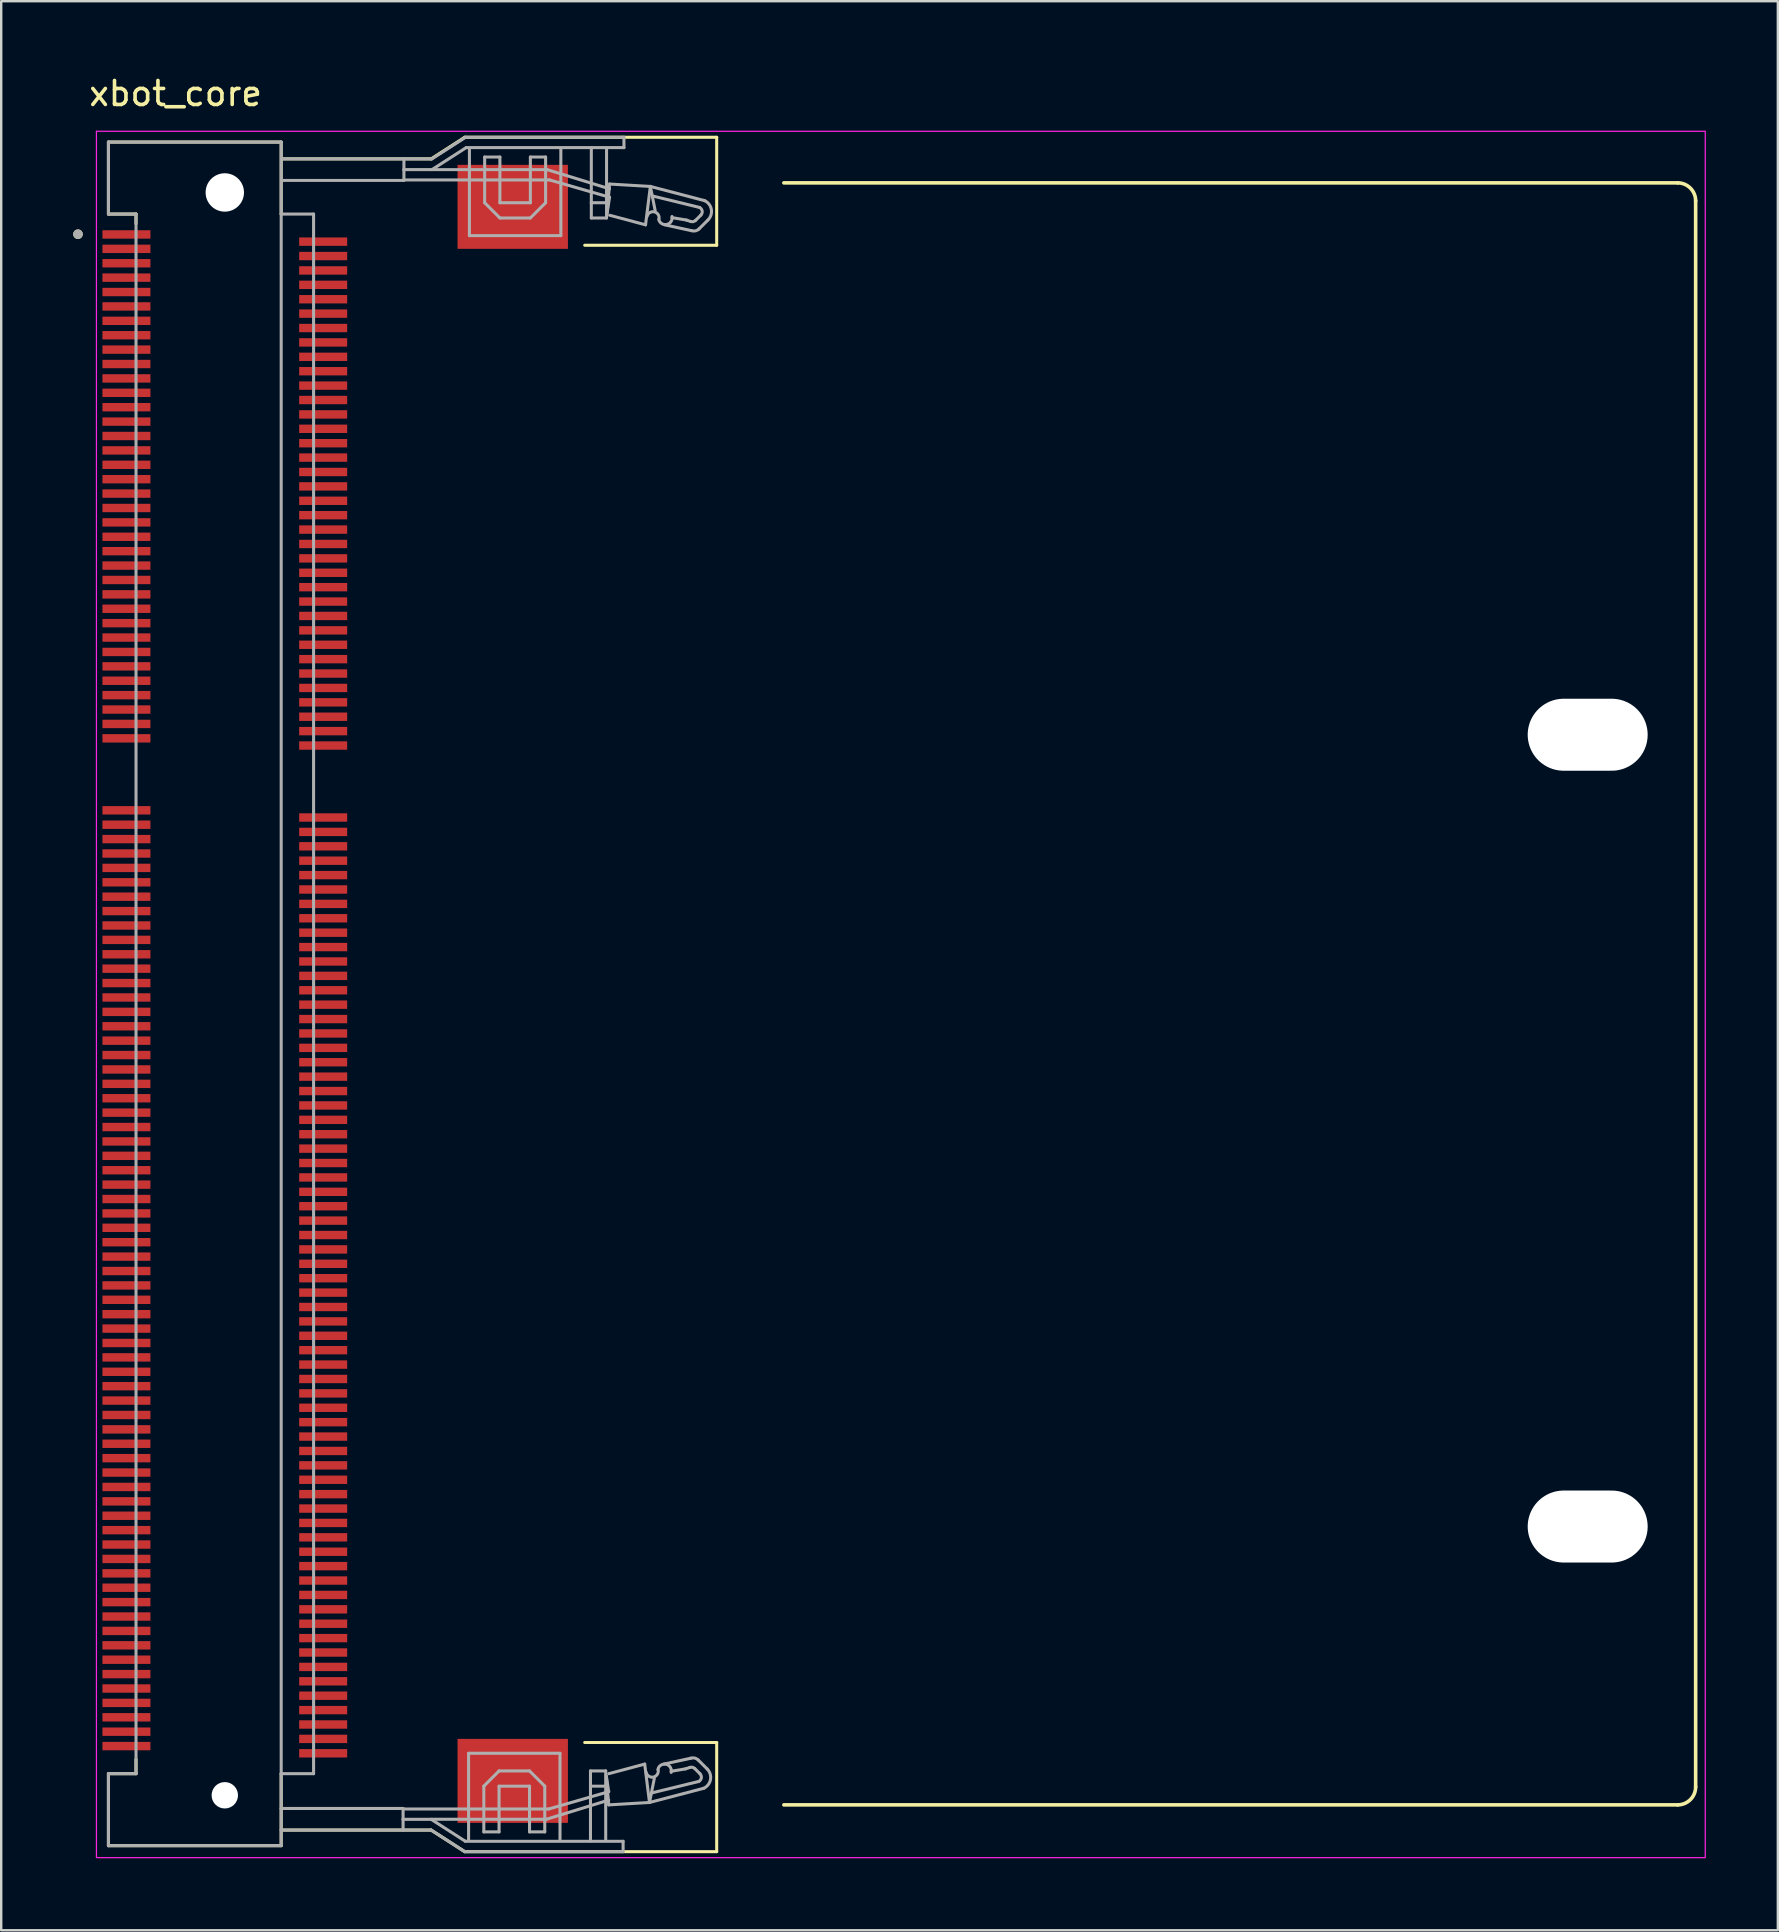
<source format=kicad_pcb>
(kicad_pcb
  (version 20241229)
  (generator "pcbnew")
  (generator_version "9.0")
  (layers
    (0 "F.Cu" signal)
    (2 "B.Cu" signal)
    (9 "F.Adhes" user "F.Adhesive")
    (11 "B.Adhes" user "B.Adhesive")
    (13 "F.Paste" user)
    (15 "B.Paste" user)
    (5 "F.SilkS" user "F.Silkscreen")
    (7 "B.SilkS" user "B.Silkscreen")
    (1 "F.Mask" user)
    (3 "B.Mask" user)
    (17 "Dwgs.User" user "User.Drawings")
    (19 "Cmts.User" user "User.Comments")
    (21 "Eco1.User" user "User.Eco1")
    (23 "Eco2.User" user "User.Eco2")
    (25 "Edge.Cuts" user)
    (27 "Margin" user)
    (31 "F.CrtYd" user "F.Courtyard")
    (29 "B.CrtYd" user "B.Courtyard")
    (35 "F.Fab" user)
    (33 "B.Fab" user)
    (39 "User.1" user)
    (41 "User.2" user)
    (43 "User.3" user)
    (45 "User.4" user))
  (footprint "xbot_core"
    (layer "F.Cu")
    (at 6.319 38.371)
    (property "Reference" "xbot_core" (at -2.049 -37.523 0) (layer "F.SilkS") (effects (font (size 1 1) (thickness 0.15))))
    (attr smd)
    (fp_line (start -4.85 -35.5) (end -4.85 -32.5) (stroke (width 0.127) (type solid)) (layer "F.SilkS"))
    (fp_line (start -4.85 -32.5) (end -3.7 -32.5) (stroke (width 0.127) (type solid)) (layer "F.SilkS"))
    (fp_line (start -4.85 32.5) (end -4.85 35.5) (stroke (width 0.127) (type solid)) (layer "F.SilkS"))
    (fp_line (start -4.85 35.5) (end 2.35 35.5) (stroke (width 0.127) (type solid)) (layer "F.SilkS"))
    (fp_line (start -3.7 -32.5) (end -3.7 -32.1) (stroke (width 0.127) (type solid)) (layer "F.SilkS"))
    (fp_line (start -3.7 31.9) (end -3.7 32.5) (stroke (width 0.127) (type solid)) (layer "F.SilkS"))
    (fp_line (start -3.7 32.5) (end -4.85 32.5) (stroke (width 0.127) (type solid)) (layer "F.SilkS"))
    (fp_line (start 2.35 -35.5) (end -4.85 -35.5) (stroke (width 0.127) (type solid)) (layer "F.SilkS"))
    (fp_line (start 2.35 -32.5) (end 2.35 -35.5) (stroke (width 0.127) (type solid)) (layer "F.SilkS"))
    (fp_line (start 2.35 35.5) (end 2.35 32.5) (stroke (width 0.127) (type solid)) (layer "F.SilkS"))
    (fp_line (start 2.4 -34.8) (end 8.6 -34.8) (stroke (width 0.127) (type solid)) (layer "F.SilkS"))
    (fp_line (start 2.4 34.85) (end 8.6 34.85) (stroke (width 0.127) (type solid)) (layer "F.SilkS"))
    (fp_line (start 8.6 -34.8) (end 10 -35.7) (stroke (width 0.127) (type solid)) (layer "F.SilkS"))
    (fp_line (start 8.6 34.85) (end 10 35.75) (stroke (width 0.127) (type solid)) (layer "F.SilkS"))
    (fp_line (start 10 -35.7) (end 20.5 -35.7) (stroke (width 0.127) (type solid)) (layer "F.SilkS"))
    (fp_line (start 10 35.75) (end 20.5 35.75) (stroke (width 0.127) (type solid)) (layer "F.SilkS"))
    (fp_line (start 20.5 -35.7) (end 20.5 -31.2) (stroke (width 0.127) (type solid)) (layer "F.SilkS"))
    (fp_line (start 20.5 -31.2) (end 15 -31.2) (stroke (width 0.127) (type solid)) (layer "F.SilkS"))
    (fp_line (start 20.5 31.2) (end 15 31.2) (stroke (width 0.127) (type solid)) (layer "F.SilkS"))
    (fp_line (start 20.5 35.75) (end 20.5 31.2) (stroke (width 0.127) (type solid)) (layer "F.SilkS"))
    (fp_line (start 23.3 33.8) (end 60.55 33.8) (stroke (width 0.15) (type solid)) (layer "F.SilkS"))
    (fp_line (start 60.55 -33.8) (end 23.3 -33.8) (stroke (width 0.15) (type solid)) (layer "F.SilkS"))
    (fp_line (start 61.3 33.05) (end 61.3 -33.05) (stroke (width 0.15) (type solid)) (layer "F.SilkS"))
    (fp_arc (start 60.55 -33.8) (mid 61.079867 -33.580793) (end 61.299999 -33.051309) (stroke (width 0.15) (type solid)) (layer "F.SilkS"))
    (fp_arc (start 61.3 33.05) (mid 61.08033 33.58033) (end 60.55 33.8) (stroke (width 0.15) (type solid)) (layer "F.SilkS"))
    (fp_circle (center -6.119 -31.66) (end -6.019 -31.66) (stroke (width 0.2) (type solid)) (fill no) (layer "F.SilkS"))
    (fp_line (start -5.35 -35.95) (end -5.35 -35.951) (stroke (width 0.05) (type solid)) (layer "F.CrtYd"))
    (fp_rect (start -5.35 -35.951) (end 61.7 36) (stroke (width 0.05) (type default)) (fill no) (layer "F.CrtYd"))
    (fp_line (start -4.85 -35.5) (end -4.85 -32.5) (stroke (width 0.127) (type solid)) (layer "F.Fab"))
    (fp_line (start -4.85 -32.5) (end -3.7 -32.5) (stroke (width 0.127) (type solid)) (layer "F.Fab"))
    (fp_line (start -4.85 32.5) (end -4.85 35.5) (stroke (width 0.127) (type solid)) (layer "F.Fab"))
    (fp_line (start -4.85 35.5) (end 2.35 35.5) (stroke (width 0.127) (type solid)) (layer "F.Fab"))
    (fp_line (start -3.7 -32.5) (end -3.7 32.5) (stroke (width 0.127) (type solid)) (layer "F.Fab"))
    (fp_line (start -3.7 32.5) (end -4.85 32.5) (stroke (width 0.127) (type solid)) (layer "F.Fab"))
    (fp_line (start 2.35 -35.5) (end -4.85 -35.5) (stroke (width 0.127) (type solid)) (layer "F.Fab"))
    (fp_line (start 2.35 -32.5) (end 2.35 -35.5) (stroke (width 0.127) (type solid)) (layer "F.Fab"))
    (fp_line (start 2.35 -32.5) (end 3.7 -32.5) (stroke (width 0.127) (type solid)) (layer "F.Fab"))
    (fp_line (start 2.35 32.5) (end 2.35 -32.5) (stroke (width 0.127) (type solid)) (layer "F.Fab"))
    (fp_line (start 2.35 33.95) (end 2.35 32.5) (stroke (width 0.127) (type solid)) (layer "F.Fab"))
    (fp_line (start 2.35 33.95) (end 7.43 33.95) (stroke (width 0.127) (type solid)) (layer "F.Fab"))
    (fp_line (start 2.35 34.85) (end 2.35 33.95) (stroke (width 0.127) (type solid)) (layer "F.Fab"))
    (fp_line (start 2.35 34.85) (end 7.43 34.85) (stroke (width 0.127) (type solid)) (layer "F.Fab"))
    (fp_line (start 2.35 35.5) (end 2.35 34.85) (stroke (width 0.127) (type solid)) (layer "F.Fab"))
    (fp_line (start 2.385 -34.801) (end 7.465 -34.801) (stroke (width 0.127) (type solid)) (layer "F.Fab"))
    (fp_line (start 2.385 -33.901) (end 7.465 -33.901) (stroke (width 0.127) (type solid)) (layer "F.Fab"))
    (fp_line (start 3.7 -32.5) (end 3.7 32.5) (stroke (width 0.127) (type solid)) (layer "F.Fab"))
    (fp_line (start 3.7 32.5) (end 2.35 32.5) (stroke (width 0.127) (type solid)) (layer "F.Fab"))
    (fp_line (start 7.42 33.971) (end 13.5 33.971) (stroke (width 0.127) (type solid)) (layer "F.Fab"))
    (fp_line (start 7.43 34.402) (end 7.43 33.95) (stroke (width 0.127) (type solid)) (layer "F.Fab"))
    (fp_line (start 7.43 34.402) (end 8.6 34.402) (stroke (width 0.127) (type solid)) (layer "F.Fab"))
    (fp_line (start 7.43 34.85) (end 7.43 34.402) (stroke (width 0.127) (type solid)) (layer "F.Fab"))
    (fp_line (start 7.43 34.85) (end 8.6 34.85) (stroke (width 0.127) (type solid)) (layer "F.Fab"))
    (fp_line (start 7.455 -33.922) (end 13.535 -33.922) (stroke (width 0.127) (type solid)) (layer "F.Fab"))
    (fp_line (start 7.465 -34.801) (end 7.465 -34.353) (stroke (width 0.127) (type solid)) (layer "F.Fab"))
    (fp_line (start 7.465 -34.801) (end 8.635 -34.801) (stroke (width 0.127) (type solid)) (layer "F.Fab"))
    (fp_line (start 7.465 -34.353) (end 7.465 -33.901) (stroke (width 0.127) (type solid)) (layer "F.Fab"))
    (fp_line (start 7.465 -34.353) (end 8.635 -34.353) (stroke (width 0.127) (type solid)) (layer "F.Fab"))
    (fp_line (start 8.6 34.4) (end 13.4 34.4) (stroke (width 0.127) (type solid)) (layer "F.Fab"))
    (fp_line (start 8.6 34.85) (end 10 35.75) (stroke (width 0.127) (type solid)) (layer "F.Fab"))
    (fp_line (start 8.625 34.418) (end 10.025 35.318) (stroke (width 0.127) (type solid)) (layer "F.Fab"))
    (fp_line (start 8.635 -34.801) (end 10.035 -35.701) (stroke (width 0.127) (type solid)) (layer "F.Fab"))
    (fp_line (start 8.635 -34.351) (end 13.435 -34.351) (stroke (width 0.127) (type solid)) (layer "F.Fab"))
    (fp_line (start 8.66 -34.369) (end 10.06 -35.269) (stroke (width 0.127) (type solid)) (layer "F.Fab"))
    (fp_line (start 10 35.75) (end 16.6 35.75) (stroke (width 0.127) (type solid)) (layer "F.Fab"))
    (fp_line (start 10.025 35.318) (end 16.6 35.318) (stroke (width 0.127) (type solid)) (layer "F.Fab"))
    (fp_line (start 10.035 -35.701) (end 16.635 -35.701) (stroke (width 0.127) (type solid)) (layer "F.Fab"))
    (fp_line (start 10.06 -35.269) (end 16.635 -35.269) (stroke (width 0.127) (type solid)) (layer "F.Fab"))
    (fp_line (start 10.16 31.65) (end 13.97 31.65) (stroke (width 0.127) (type solid)) (layer "F.Fab"))
    (fp_line (start 10.16 35.267) (end 10.16 31.65) (stroke (width 0.127) (type solid)) (layer "F.Fab"))
    (fp_line (start 10.195 -35.218) (end 10.195 -31.601) (stroke (width 0.127) (type solid)) (layer "F.Fab"))
    (fp_line (start 10.195 -31.601) (end 14.005 -31.601) (stroke (width 0.127) (type solid)) (layer "F.Fab"))
    (fp_line (start 10.795 33.02) (end 11.43 32.385) (stroke (width 0.127) (type solid)) (layer "F.Fab"))
    (fp_line (start 10.795 34.925) (end 10.795 33.02) (stroke (width 0.127) (type solid)) (layer "F.Fab"))
    (fp_line (start 10.83 -34.876) (end 10.83 -32.971) (stroke (width 0.127) (type solid)) (layer "F.Fab"))
    (fp_line (start 10.83 -32.971) (end 11.465 -32.336) (stroke (width 0.127) (type solid)) (layer "F.Fab"))
    (fp_line (start 11.43 32.385) (end 12.7 32.385) (stroke (width 0.127) (type solid)) (layer "F.Fab"))
    (fp_line (start 11.43 33.02) (end 11.43 34.925) (stroke (width 0.127) (type solid)) (layer "F.Fab"))
    (fp_line (start 11.43 34.925) (end 10.795 34.925) (stroke (width 0.127) (type solid)) (layer "F.Fab"))
    (fp_line (start 11.465 -34.876) (end 10.83 -34.876) (stroke (width 0.127) (type solid)) (layer "F.Fab"))
    (fp_line (start 11.465 -32.971) (end 11.465 -34.876) (stroke (width 0.127) (type solid)) (layer "F.Fab"))
    (fp_line (start 11.465 -32.336) (end 12.735 -32.336) (stroke (width 0.127) (type solid)) (layer "F.Fab"))
    (fp_line (start 12.7 32.385) (end 13.335 33.02) (stroke (width 0.127) (type solid)) (layer "F.Fab"))
    (fp_line (start 12.7 33.02) (end 11.43 33.02) (stroke (width 0.127) (type solid)) (layer "F.Fab"))
    (fp_line (start 12.7 34.925) (end 12.7 33.02) (stroke (width 0.127) (type solid)) (layer "F.Fab"))
    (fp_line (start 12.735 -34.876) (end 12.735 -32.971) (stroke (width 0.127) (type solid)) (layer "F.Fab"))
    (fp_line (start 12.735 -32.971) (end 11.465 -32.971) (stroke (width 0.127) (type solid)) (layer "F.Fab"))
    (fp_line (start 12.735 -32.336) (end 13.37 -32.971) (stroke (width 0.127) (type solid)) (layer "F.Fab"))
    (fp_line (start 13.335 33.02) (end 13.335 34.925) (stroke (width 0.127) (type solid)) (layer "F.Fab"))
    (fp_line (start 13.335 34.925) (end 12.7 34.925) (stroke (width 0.127) (type solid)) (layer "F.Fab"))
    (fp_line (start 13.37 -34.876) (end 12.735 -34.876) (stroke (width 0.127) (type solid)) (layer "F.Fab"))
    (fp_line (start 13.37 -32.971) (end 13.37 -34.876) (stroke (width 0.127) (type solid)) (layer "F.Fab"))
    (fp_line (start 13.4 34.4) (end 16 33.6) (stroke (width 0.127) (type solid)) (layer "F.Fab"))
    (fp_line (start 13.435 -34.351) (end 16.035 -33.551) (stroke (width 0.127) (type solid)) (layer "F.Fab"))
    (fp_line (start 13.5 33.971) (end 16 33.25) (stroke (width 0.127) (type solid)) (layer "F.Fab"))
    (fp_line (start 13.535 -33.922) (end 16.035 -33.201) (stroke (width 0.127) (type solid)) (layer "F.Fab"))
    (fp_line (start 13.97 31.65) (end 13.97 35.255) (stroke (width 0.127) (type solid)) (layer "F.Fab"))
    (fp_line (start 14.005 -31.601) (end 14.005 -35.206) (stroke (width 0.127) (type solid)) (layer "F.Fab"))
    (fp_line (start 15.24 32.385) (end 15.875 32.385) (stroke (width 0.127) (type solid)) (layer "F.Fab"))
    (fp_line (start 15.24 33.02) (end 15.24 32.385) (stroke (width 0.127) (type solid)) (layer "F.Fab"))
    (fp_line (start 15.24 33.02) (end 15.875 33.02) (stroke (width 0.127) (type solid)) (layer "F.Fab"))
    (fp_line (start 15.24 35.306) (end 15.24 33.02) (stroke (width 0.127) (type solid)) (layer "F.Fab"))
    (fp_line (start 15.275 -35.257) (end 15.275 -32.971) (stroke (width 0.127) (type solid)) (layer "F.Fab"))
    (fp_line (start 15.275 -32.971) (end 15.275 -32.336) (stroke (width 0.127) (type solid)) (layer "F.Fab"))
    (fp_line (start 15.275 -32.971) (end 15.91 -32.971) (stroke (width 0.127) (type solid)) (layer "F.Fab"))
    (fp_line (start 15.275 -32.336) (end 15.91 -32.336) (stroke (width 0.127) (type solid)) (layer "F.Fab"))
    (fp_line (start 15.875 32.385) (end 15.875 33.02) (stroke (width 0.127) (type solid)) (layer "F.Fab"))
    (fp_line (start 15.875 33.02) (end 15.875 35.293) (stroke (width 0.127) (type solid)) (layer "F.Fab"))
    (fp_line (start 15.9 32.6) (end 16 33.8) (stroke (width 0.127) (type solid)) (layer "F.Fab"))
    (fp_line (start 15.91 -32.971) (end 15.91 -35.244) (stroke (width 0.127) (type solid)) (layer "F.Fab"))
    (fp_line (start 15.91 -32.336) (end 15.91 -32.971) (stroke (width 0.127) (type solid)) (layer "F.Fab"))
    (fp_line (start 15.935 -32.551) (end 16.035 -33.751) (stroke (width 0.127) (type solid)) (layer "F.Fab"))
    (fp_line (start 16 33.25) (end 15.9 32.6) (stroke (width 0.127) (type solid)) (layer "F.Fab"))
    (fp_line (start 16 33.8) (end 17.7 33.7) (stroke (width 0.127) (type solid)) (layer "F.Fab"))
    (fp_line (start 16.035 -33.751) (end 17.735 -33.651) (stroke (width 0.127) (type solid)) (layer "F.Fab"))
    (fp_line (start 16.035 -33.201) (end 15.935 -32.551) (stroke (width 0.127) (type solid)) (layer "F.Fab"))
    (fp_line (start 16.6 35.318) (end 16.6 35.75) (stroke (width 0.127) (type solid)) (layer "F.Fab"))
    (fp_line (start 16.635 -35.269) (end 16.635 -35.701) (stroke (width 0.127) (type solid)) (layer "F.Fab"))
    (fp_line (start 17.5 32.1) (end 16 32.5) (stroke (width 0.127) (type solid)) (layer "F.Fab"))
    (fp_line (start 17.535 -32.051) (end 16.035 -32.451) (stroke (width 0.127) (type solid)) (layer "F.Fab"))
    (fp_line (start 17.7 33.7) (end 17.5 32.1) (stroke (width 0.127) (type solid)) (layer "F.Fab"))
    (fp_line (start 17.7 33.7) (end 17.9 32.7) (stroke (width 0.127) (type solid)) (layer "F.Fab"))
    (fp_line (start 17.7 33.7) (end 19.967 33.106) (stroke (width 0.127) (type solid)) (layer "F.Fab"))
    (fp_line (start 17.735 -33.651) (end 17.535 -32.051) (stroke (width 0.127) (type solid)) (layer "F.Fab"))
    (fp_line (start 17.735 -33.651) (end 17.935 -32.651) (stroke (width 0.127) (type solid)) (layer "F.Fab"))
    (fp_line (start 17.735 -33.651) (end 20.002 -33.057) (stroke (width 0.127) (type solid)) (layer "F.Fab"))
    (fp_line (start 17.8 33.3) (end 19.752 32.824) (stroke (width 0.127) (type solid)) (layer "F.Fab"))
    (fp_line (start 17.835 -33.251) (end 19.787 -32.775) (stroke (width 0.127) (type solid)) (layer "F.Fab"))
    (fp_line (start 18.6 32.4) (end 19.2 32.3) (stroke (width 0.127) (type solid)) (layer "F.Fab"))
    (fp_line (start 18.635 -32.351) (end 19.235 -32.251) (stroke (width 0.127) (type solid)) (layer "F.Fab"))
    (fp_line (start 19.383 32.239) (end 19.2 32.3) (stroke (width 0.127) (type solid)) (layer "F.Fab"))
    (fp_line (start 19.418 -32.19) (end 19.235 -32.251) (stroke (width 0.127) (type solid)) (layer "F.Fab"))
    (fp_line (start 19.427 31.854) (end 18.3 32.1) (stroke (width 0.127) (type solid)) (layer "F.Fab"))
    (fp_line (start 19.462 -31.805) (end 18.335 -32.051) (stroke (width 0.127) (type solid)) (layer "F.Fab"))
    (fp_line (start 19.804 32.504) (end 19.587 32.287) (stroke (width 0.127) (type solid)) (layer "F.Fab"))
    (fp_line (start 19.839 -32.455) (end 19.622 -32.238) (stroke (width 0.127) (type solid)) (layer "F.Fab"))
    (fp_line (start 20.103 32.303) (end 19.728 31.928) (stroke (width 0.127) (type solid)) (layer "F.Fab"))
    (fp_line (start 20.138 -32.254) (end 19.763 -31.879) (stroke (width 0.127) (type solid)) (layer "F.Fab"))
    (fp_arc (start 17.5966 -32.3972) (mid 17.8966 -32.5972) (end 18.0966 -32.2972) (stroke (width 0.127) (type solid)) (layer "F.Fab"))
    (fp_arc (start 18.0492 32.3254) (mid 18.3873 32.1095) (end 18.6032 32.4476) (stroke (width 0.127) (type solid)) (layer "F.Fab"))
    (fp_arc (start 18.0616 32.3462) (mid 17.8616 32.6462) (end 17.5616 32.4462) (stroke (width 0.127) (type solid)) (layer "F.Fab"))
    (fp_arc (start 18.6382 -32.3986) (mid 18.4223 -32.0605) (end 18.0842 -32.2764) (stroke (width 0.127) (type solid)) (layer "F.Fab"))
    (fp_arc (start 19.3827 32.2391) (mid 19.49191 32.234175) (end 19.5874 32.2874) (stroke (width 0.127) (type solid)) (layer "F.Fab"))
    (fp_arc (start 19.4267 31.8541) (mid 19.587915 31.849164) (end 19.7284 31.9284) (stroke (width 0.127) (type solid)) (layer "F.Fab"))
    (fp_arc (start 19.6224 -32.2384) (mid 19.52691 -32.185175) (end 19.4177 -32.1901) (stroke (width 0.127) (type solid)) (layer "F.Fab"))
    (fp_arc (start 19.7634 -31.8794) (mid 19.622914 -31.800164) (end 19.4617 -31.8051) (stroke (width 0.127) (type solid)) (layer "F.Fab"))
    (fp_arc (start 19.7868 -32.775099) (mid 19.894783 -32.628259) (end 19.8388 -32.4548) (stroke (width 0.127) (type solid)) (layer "F.Fab"))
    (fp_arc (start 19.8038 32.5038) (mid 19.859784 32.67726) (end 19.7518 32.824099) (stroke (width 0.127) (type solid)) (layer "F.Fab"))
    (fp_arc (start 20.0019 -33.057299) (mid 20.277137 -32.690537) (end 20.1377 -32.2537) (stroke (width 0.127) (type solid)) (layer "F.Fab"))
    (fp_arc (start 20.1027 32.3027) (mid 20.242138 32.739538) (end 19.9669 33.106299) (stroke (width 0.127) (type solid)) (layer "F.Fab"))
    (fp_circle (center -6.119 -31.66) (end -6.019 -31.66) (stroke (width 0.2) (type solid)) (fill no) (layer "F.Fab"))
    (pad "" np_thru_hole circle (at 0 -33.4) (size 1.6 1.6) (drill 1.6) (layers "*.Cu" "*.Mask"))
    (pad "" np_thru_hole circle (at 0 33.4) (size 1.1 1.1) (drill 1.1) (layers "*.Cu" "*.Mask"))
    (pad "" np_thru_hole oval (at 56.8 -10.8 270) (size 3 5) (drill oval 3 5) (layers "*.Cu" "*.Mask"))
    (pad "" np_thru_hole oval (at 56.8 22.2 270) (size 3 5) (drill oval 3 5) (layers "*.Cu" "*.Mask"))
    (pad "1" smd rect (at -4.1 -31.65) (size 2 0.35) (layers "F.Cu" "F.Mask" "F.Paste"))
    (pad "2" smd rect (at 4.1 -31.35) (size 2 0.35) (layers "F.Cu" "F.Mask" "F.Paste"))
    (pad "3" smd rect (at -4.1 -31.05) (size 2 0.35) (layers "F.Cu" "F.Mask" "F.Paste"))
    (pad "4" smd rect (at 4.1 -30.75) (size 2 0.35) (layers "F.Cu" "F.Mask" "F.Paste"))
    (pad "5" smd rect (at -4.1 -30.45) (size 2 0.35) (layers "F.Cu" "F.Mask" "F.Paste"))
    (pad "6" smd rect (at 4.1 -30.15) (size 2 0.35) (layers "F.Cu" "F.Mask" "F.Paste"))
    (pad "7" smd rect (at -4.1 -29.85) (size 2 0.35) (layers "F.Cu" "F.Mask" "F.Paste"))
    (pad "8" smd rect (at 4.1 -29.55) (size 2 0.35) (layers "F.Cu" "F.Mask" "F.Paste"))
    (pad "9" smd rect (at -4.1 -29.25) (size 2 0.35) (layers "F.Cu" "F.Mask" "F.Paste"))
    (pad "10" smd rect (at 4.1 -28.95) (size 2 0.35) (layers "F.Cu" "F.Mask" "F.Paste"))
    (pad "11" smd rect (at -4.1 -28.65) (size 2 0.35) (layers "F.Cu" "F.Mask" "F.Paste"))
    (pad "12" smd rect (at 4.1 -28.35) (size 2 0.35) (layers "F.Cu" "F.Mask" "F.Paste"))
    (pad "13" smd rect (at -4.1 -28.05) (size 2 0.35) (layers "F.Cu" "F.Mask" "F.Paste"))
    (pad "14" smd rect (at 4.1 -27.75) (size 2 0.35) (layers "F.Cu" "F.Mask" "F.Paste"))
    (pad "15" smd rect (at -4.1 -27.45) (size 2 0.35) (layers "F.Cu" "F.Mask" "F.Paste"))
    (pad "16" smd rect (at 4.1 -27.15) (size 2 0.35) (layers "F.Cu" "F.Mask" "F.Paste"))
    (pad "17" smd rect (at -4.1 -26.85) (size 2 0.35) (layers "F.Cu" "F.Mask" "F.Paste"))
    (pad "18" smd rect (at 4.1 -26.55) (size 2 0.35) (layers "F.Cu" "F.Mask" "F.Paste"))
    (pad "19" smd rect (at -4.1 -26.25) (size 2 0.35) (layers "F.Cu" "F.Mask" "F.Paste"))
    (pad "20" smd rect (at 4.1 -25.95) (size 2 0.35) (layers "F.Cu" "F.Mask" "F.Paste"))
    (pad "21" smd rect (at -4.1 -25.65) (size 2 0.35) (layers "F.Cu" "F.Mask" "F.Paste"))
    (pad "22" smd rect (at 4.1 -25.35) (size 2 0.35) (layers "F.Cu" "F.Mask" "F.Paste"))
    (pad "23" smd rect (at -4.1 -25.05) (size 2 0.35) (layers "F.Cu" "F.Mask" "F.Paste"))
    (pad "24" smd rect (at 4.1 -24.75) (size 2 0.35) (layers "F.Cu" "F.Mask" "F.Paste"))
    (pad "25" smd rect (at -4.1 -24.45) (size 2 0.35) (layers "F.Cu" "F.Mask" "F.Paste"))
    (pad "26" smd rect (at 4.1 -24.15) (size 2 0.35) (layers "F.Cu" "F.Mask" "F.Paste"))
    (pad "27" smd rect (at -4.1 -23.85) (size 2 0.35) (layers "F.Cu" "F.Mask" "F.Paste"))
    (pad "28" smd rect (at 4.1 -23.55) (size 2 0.35) (layers "F.Cu" "F.Mask" "F.Paste"))
    (pad "29" smd rect (at -4.1 -23.25) (size 2 0.35) (layers "F.Cu" "F.Mask" "F.Paste"))
    (pad "30" smd rect (at 4.1 -22.95) (size 2 0.35) (layers "F.Cu" "F.Mask" "F.Paste"))
    (pad "31" smd rect (at -4.1 -22.65) (size 2 0.35) (layers "F.Cu" "F.Mask" "F.Paste"))
    (pad "32" smd rect (at 4.1 -22.35) (size 2 0.35) (layers "F.Cu" "F.Mask" "F.Paste"))
    (pad "33" smd rect (at -4.1 -22.05) (size 2 0.35) (layers "F.Cu" "F.Mask" "F.Paste"))
    (pad "34" smd rect (at 4.1 -21.75) (size 2 0.35) (layers "F.Cu" "F.Mask" "F.Paste"))
    (pad "35" smd rect (at -4.1 -21.45) (size 2 0.35) (layers "F.Cu" "F.Mask" "F.Paste"))
    (pad "36" smd rect (at 4.1 -21.15) (size 2 0.35) (layers "F.Cu" "F.Mask" "F.Paste"))
    (pad "37" smd rect (at -4.1 -20.85) (size 2 0.35) (layers "F.Cu" "F.Mask" "F.Paste"))
    (pad "38" smd rect (at 4.1 -20.55) (size 2 0.35) (layers "F.Cu" "F.Mask" "F.Paste"))
    (pad "39" smd rect (at -4.1 -20.25) (size 2 0.35) (layers "F.Cu" "F.Mask" "F.Paste"))
    (pad "40" smd rect (at 4.1 -19.95) (size 2 0.35) (layers "F.Cu" "F.Mask" "F.Paste"))
    (pad "41" smd rect (at -4.1 -19.65) (size 2 0.35) (layers "F.Cu" "F.Mask" "F.Paste"))
    (pad "42" smd rect (at 4.1 -19.35) (size 2 0.35) (layers "F.Cu" "F.Mask" "F.Paste"))
    (pad "43" smd rect (at -4.1 -19.05) (size 2 0.35) (layers "F.Cu" "F.Mask" "F.Paste"))
    (pad "44" smd rect (at 4.1 -18.75) (size 2 0.35) (layers "F.Cu" "F.Mask" "F.Paste"))
    (pad "45" smd rect (at -4.1 -18.45) (size 2 0.35) (layers "F.Cu" "F.Mask" "F.Paste"))
    (pad "46" smd rect (at 4.1 -18.15) (size 2 0.35) (layers "F.Cu" "F.Mask" "F.Paste"))
    (pad "47" smd rect (at -4.1 -17.85) (size 2 0.35) (layers "F.Cu" "F.Mask" "F.Paste"))
    (pad "48" smd rect (at 4.1 -17.55) (size 2 0.35) (layers "F.Cu" "F.Mask" "F.Paste"))
    (pad "49" smd rect (at -4.1 -17.25) (size 2 0.35) (layers "F.Cu" "F.Mask" "F.Paste"))
    (pad "50" smd rect (at 4.1 -16.95) (size 2 0.35) (layers "F.Cu" "F.Mask" "F.Paste"))
    (pad "51" smd rect (at -4.1 -16.65) (size 2 0.35) (layers "F.Cu" "F.Mask" "F.Paste"))
    (pad "52" smd rect (at 4.1 -16.35) (size 2 0.35) (layers "F.Cu" "F.Mask" "F.Paste"))
    (pad "53" smd rect (at -4.1 -16.05) (size 2 0.35) (layers "F.Cu" "F.Mask" "F.Paste"))
    (pad "54" smd rect (at 4.1 -15.75) (size 2 0.35) (layers "F.Cu" "F.Mask" "F.Paste"))
    (pad "55" smd rect (at -4.1 -15.45) (size 2 0.35) (layers "F.Cu" "F.Mask" "F.Paste"))
    (pad "56" smd rect (at 4.1 -15.15) (size 2 0.35) (layers "F.Cu" "F.Mask" "F.Paste"))
    (pad "57" smd rect (at -4.1 -14.85) (size 2 0.35) (layers "F.Cu" "F.Mask" "F.Paste"))
    (pad "58" smd rect (at 4.1 -14.55) (size 2 0.35) (layers "F.Cu" "F.Mask" "F.Paste"))
    (pad "59" smd rect (at -4.1 -14.25) (size 2 0.35) (layers "F.Cu" "F.Mask" "F.Paste"))
    (pad "60" smd rect (at 4.1 -13.95) (size 2 0.35) (layers "F.Cu" "F.Mask" "F.Paste"))
    (pad "61" smd rect (at -4.1 -13.65) (size 2 0.35) (layers "F.Cu" "F.Mask" "F.Paste"))
    (pad "62" smd rect (at 4.1 -13.35) (size 2 0.35) (layers "F.Cu" "F.Mask" "F.Paste"))
    (pad "63" smd rect (at -4.1 -13.05) (size 2 0.35) (layers "F.Cu" "F.Mask" "F.Paste"))
    (pad "64" smd rect (at 4.1 -12.75) (size 2 0.35) (layers "F.Cu" "F.Mask" "F.Paste"))
    (pad "65" smd rect (at -4.1 -12.45) (size 2 0.35) (layers "F.Cu" "F.Mask" "F.Paste"))
    (pad "66" smd rect (at 4.1 -12.15) (size 2 0.35) (layers "F.Cu" "F.Mask" "F.Paste"))
    (pad "67" smd rect (at -4.1 -11.85) (size 2 0.35) (layers "F.Cu" "F.Mask" "F.Paste"))
    (pad "68" smd rect (at 4.1 -11.55) (size 2 0.35) (layers "F.Cu" "F.Mask" "F.Paste"))
    (pad "69" smd rect (at -4.1 -11.25) (size 2 0.35) (layers "F.Cu" "F.Mask" "F.Paste"))
    (pad "70" smd rect (at 4.1 -10.95) (size 2 0.35) (layers "F.Cu" "F.Mask" "F.Paste"))
    (pad "71" smd rect (at -4.1 -10.65) (size 2 0.35) (layers "F.Cu" "F.Mask" "F.Paste"))
    (pad "72" smd rect (at 4.1 -10.35) (size 2 0.35) (layers "F.Cu" "F.Mask" "F.Paste"))
    (pad "73" smd rect (at -4.1 -7.65) (size 2 0.35) (layers "F.Cu" "F.Mask" "F.Paste"))
    (pad "74" smd rect (at 4.1 -7.35) (size 2 0.35) (layers "F.Cu" "F.Mask" "F.Paste"))
    (pad "75" smd rect (at -4.1 -7.05) (size 2 0.35) (layers "F.Cu" "F.Mask" "F.Paste"))
    (pad "76" smd rect (at 4.1 -6.75) (size 2 0.35) (layers "F.Cu" "F.Mask" "F.Paste"))
    (pad "77" smd rect (at -4.1 -6.45) (size 2 0.35) (layers "F.Cu" "F.Mask" "F.Paste"))
    (pad "78" smd rect (at 4.1 -6.15) (size 2 0.35) (layers "F.Cu" "F.Mask" "F.Paste"))
    (pad "79" smd rect (at -4.1 -5.85) (size 2 0.35) (layers "F.Cu" "F.Mask" "F.Paste"))
    (pad "80" smd rect (at 4.1 -5.55) (size 2 0.35) (layers "F.Cu" "F.Mask" "F.Paste"))
    (pad "81" smd rect (at -4.1 -5.25) (size 2 0.35) (layers "F.Cu" "F.Mask" "F.Paste"))
    (pad "82" smd rect (at 4.1 -4.95) (size 2 0.35) (layers "F.Cu" "F.Mask" "F.Paste"))
    (pad "83" smd rect (at -4.1 -4.65) (size 2 0.35) (layers "F.Cu" "F.Mask" "F.Paste"))
    (pad "84" smd rect (at 4.1 -4.35) (size 2 0.35) (layers "F.Cu" "F.Mask" "F.Paste"))
    (pad "85" smd rect (at -4.1 -4.05) (size 2 0.35) (layers "F.Cu" "F.Mask" "F.Paste"))
    (pad "86" smd rect (at 4.1 -3.75) (size 2 0.35) (layers "F.Cu" "F.Mask" "F.Paste"))
    (pad "87" smd rect (at -4.1 -3.45) (size 2 0.35) (layers "F.Cu" "F.Mask" "F.Paste"))
    (pad "88" smd rect (at 4.1 -3.15) (size 2 0.35) (layers "F.Cu" "F.Mask" "F.Paste"))
    (pad "89" smd rect (at -4.1 -2.85) (size 2 0.35) (layers "F.Cu" "F.Mask" "F.Paste"))
    (pad "90" smd rect (at 4.1 -2.55) (size 2 0.35) (layers "F.Cu" "F.Mask" "F.Paste"))
    (pad "91" smd rect (at -4.1 -2.25) (size 2 0.35) (layers "F.Cu" "F.Mask" "F.Paste"))
    (pad "92" smd rect (at 4.1 -1.95) (size 2 0.35) (layers "F.Cu" "F.Mask" "F.Paste"))
    (pad "93" smd rect (at -4.1 -1.65) (size 2 0.35) (layers "F.Cu" "F.Mask" "F.Paste"))
    (pad "94" smd rect (at 4.1 -1.35) (size 2 0.35) (layers "F.Cu" "F.Mask" "F.Paste"))
    (pad "95" smd rect (at -4.1 -1.05) (size 2 0.35) (layers "F.Cu" "F.Mask" "F.Paste"))
    (pad "96" smd rect (at 4.1 -0.75) (size 2 0.35) (layers "F.Cu" "F.Mask" "F.Paste"))
    (pad "97" smd rect (at -4.1 -0.45) (size 2 0.35) (layers "F.Cu" "F.Mask" "F.Paste"))
    (pad "98" smd rect (at 4.1 -0.15) (size 2 0.35) (layers "F.Cu" "F.Mask" "F.Paste"))
    (pad "99" smd rect (at -4.1 0.15) (size 2 0.35) (layers "F.Cu" "F.Mask" "F.Paste"))
    (pad "100" smd rect (at 4.1 0.45) (size 2 0.35) (layers "F.Cu" "F.Mask" "F.Paste"))
    (pad "101" smd rect (at -4.1 0.75) (size 2 0.35) (layers "F.Cu" "F.Mask" "F.Paste"))
    (pad "102" smd rect (at 4.1 1.05) (size 2 0.35) (layers "F.Cu" "F.Mask" "F.Paste"))
    (pad "103" smd rect (at -4.1 1.35) (size 2 0.35) (layers "F.Cu" "F.Mask" "F.Paste"))
    (pad "104" smd rect (at 4.1 1.65) (size 2 0.35) (layers "F.Cu" "F.Mask" "F.Paste"))
    (pad "105" smd rect (at -4.1 1.95) (size 2 0.35) (layers "F.Cu" "F.Mask" "F.Paste"))
    (pad "106" smd rect (at 4.1 2.25) (size 2 0.35) (layers "F.Cu" "F.Mask" "F.Paste"))
    (pad "107" smd rect (at -4.1 2.55) (size 2 0.35) (layers "F.Cu" "F.Mask" "F.Paste"))
    (pad "108" smd rect (at 4.1 2.85) (size 2 0.35) (layers "F.Cu" "F.Mask" "F.Paste"))
    (pad "109" smd rect (at -4.1 3.15) (size 2 0.35) (layers "F.Cu" "F.Mask" "F.Paste"))
    (pad "110" smd rect (at 4.1 3.45) (size 2 0.35) (layers "F.Cu" "F.Mask" "F.Paste"))
    (pad "111" smd rect (at -4.1 3.75) (size 2 0.35) (layers "F.Cu" "F.Mask" "F.Paste"))
    (pad "112" smd rect (at 4.1 4.05) (size 2 0.35) (layers "F.Cu" "F.Mask" "F.Paste"))
    (pad "113" smd rect (at -4.1 4.35) (size 2 0.35) (layers "F.Cu" "F.Mask" "F.Paste"))
    (pad "114" smd rect (at 4.1 4.65) (size 2 0.35) (layers "F.Cu" "F.Mask" "F.Paste"))
    (pad "115" smd rect (at -4.1 4.95) (size 2 0.35) (layers "F.Cu" "F.Mask" "F.Paste"))
    (pad "116" smd rect (at 4.1 5.25) (size 2 0.35) (layers "F.Cu" "F.Mask" "F.Paste"))
    (pad "117" smd rect (at -4.1 5.55) (size 2 0.35) (layers "F.Cu" "F.Mask" "F.Paste"))
    (pad "118" smd rect (at 4.1 5.85) (size 2 0.35) (layers "F.Cu" "F.Mask" "F.Paste"))
    (pad "119" smd rect (at -4.1 6.15) (size 2 0.35) (layers "F.Cu" "F.Mask" "F.Paste"))
    (pad "120" smd rect (at 4.1 6.45) (size 2 0.35) (layers "F.Cu" "F.Mask" "F.Paste"))
    (pad "121" smd rect (at -4.1 6.75) (size 2 0.35) (layers "F.Cu" "F.Mask" "F.Paste"))
    (pad "122" smd rect (at 4.1 7.05) (size 2 0.35) (layers "F.Cu" "F.Mask" "F.Paste"))
    (pad "123" smd rect (at -4.1 7.35) (size 2 0.35) (layers "F.Cu" "F.Mask" "F.Paste"))
    (pad "124" smd rect (at 4.1 7.65) (size 2 0.35) (layers "F.Cu" "F.Mask" "F.Paste"))
    (pad "125" smd rect (at -4.1 7.95) (size 2 0.35) (layers "F.Cu" "F.Mask" "F.Paste"))
    (pad "126" smd rect (at 4.1 8.25) (size 2 0.35) (layers "F.Cu" "F.Mask" "F.Paste"))
    (pad "127" smd rect (at -4.1 8.55) (size 2 0.35) (layers "F.Cu" "F.Mask" "F.Paste"))
    (pad "128" smd rect (at 4.1 8.85) (size 2 0.35) (layers "F.Cu" "F.Mask" "F.Paste"))
    (pad "129" smd rect (at -4.1 9.15) (size 2 0.35) (layers "F.Cu" "F.Mask" "F.Paste"))
    (pad "130" smd rect (at 4.1 9.45) (size 2 0.35) (layers "F.Cu" "F.Mask" "F.Paste"))
    (pad "131" smd rect (at -4.1 9.75) (size 2 0.35) (layers "F.Cu" "F.Mask" "F.Paste"))
    (pad "132" smd rect (at 4.1 10.05) (size 2 0.35) (layers "F.Cu" "F.Mask" "F.Paste"))
    (pad "133" smd rect (at -4.1 10.35) (size 2 0.35) (layers "F.Cu" "F.Mask" "F.Paste"))
    (pad "134" smd rect (at 4.1 10.65) (size 2 0.35) (layers "F.Cu" "F.Mask" "F.Paste"))
    (pad "135" smd rect (at -4.1 10.95) (size 2 0.35) (layers "F.Cu" "F.Mask" "F.Paste"))
    (pad "136" smd rect (at 4.1 11.25) (size 2 0.35) (layers "F.Cu" "F.Mask" "F.Paste"))
    (pad "137" smd rect (at -4.1 11.55) (size 2 0.35) (layers "F.Cu" "F.Mask" "F.Paste"))
    (pad "138" smd rect (at 4.1 11.85) (size 2 0.35) (layers "F.Cu" "F.Mask" "F.Paste"))
    (pad "139" smd rect (at -4.1 12.15) (size 2 0.35) (layers "F.Cu" "F.Mask" "F.Paste"))
    (pad "140" smd rect (at 4.1 12.45) (size 2 0.35) (layers "F.Cu" "F.Mask" "F.Paste"))
    (pad "141" smd rect (at -4.1 12.75) (size 2 0.35) (layers "F.Cu" "F.Mask" "F.Paste"))
    (pad "142" smd rect (at 4.1 13.05) (size 2 0.35) (layers "F.Cu" "F.Mask" "F.Paste"))
    (pad "143" smd rect (at -4.1 13.35) (size 2 0.35) (layers "F.Cu" "F.Mask" "F.Paste"))
    (pad "144" smd rect (at 4.1 13.65) (size 2 0.35) (layers "F.Cu" "F.Mask" "F.Paste"))
    (pad "145" smd rect (at -4.1 13.95) (size 2 0.35) (layers "F.Cu" "F.Mask" "F.Paste"))
    (pad "146" smd rect (at 4.1 14.25) (size 2 0.35) (layers "F.Cu" "F.Mask" "F.Paste"))
    (pad "147" smd rect (at -4.1 14.55) (size 2 0.35) (layers "F.Cu" "F.Mask" "F.Paste"))
    (pad "148" smd rect (at 4.1 14.85) (size 2 0.35) (layers "F.Cu" "F.Mask" "F.Paste"))
    (pad "149" smd rect (at -4.1 15.15) (size 2 0.35) (layers "F.Cu" "F.Mask" "F.Paste"))
    (pad "150" smd rect (at 4.1 15.45) (size 2 0.35) (layers "F.Cu" "F.Mask" "F.Paste"))
    (pad "151" smd rect (at -4.1 15.75) (size 2 0.35) (layers "F.Cu" "F.Mask" "F.Paste"))
    (pad "152" smd rect (at 4.1 16.05) (size 2 0.35) (layers "F.Cu" "F.Mask" "F.Paste"))
    (pad "153" smd rect (at -4.1 16.35) (size 2 0.35) (layers "F.Cu" "F.Mask" "F.Paste"))
    (pad "154" smd rect (at 4.1 16.65) (size 2 0.35) (layers "F.Cu" "F.Mask" "F.Paste"))
    (pad "155" smd rect (at -4.1 16.95) (size 2 0.35) (layers "F.Cu" "F.Mask" "F.Paste"))
    (pad "156" smd rect (at 4.1 17.25) (size 2 0.35) (layers "F.Cu" "F.Mask" "F.Paste"))
    (pad "157" smd rect (at -4.1 17.55) (size 2 0.35) (layers "F.Cu" "F.Mask" "F.Paste"))
    (pad "158" smd rect (at 4.1 17.85) (size 2 0.35) (layers "F.Cu" "F.Mask" "F.Paste"))
    (pad "159" smd rect (at -4.1 18.15) (size 2 0.35) (layers "F.Cu" "F.Mask" "F.Paste"))
    (pad "160" smd rect (at 4.1 18.45) (size 2 0.35) (layers "F.Cu" "F.Mask" "F.Paste"))
    (pad "161" smd rect (at -4.1 18.75) (size 2 0.35) (layers "F.Cu" "F.Mask" "F.Paste"))
    (pad "162" smd rect (at 4.1 19.05) (size 2 0.35) (layers "F.Cu" "F.Mask" "F.Paste"))
    (pad "163" smd rect (at -4.1 19.35) (size 2 0.35) (layers "F.Cu" "F.Mask" "F.Paste"))
    (pad "164" smd rect (at 4.1 19.65) (size 2 0.35) (layers "F.Cu" "F.Mask" "F.Paste"))
    (pad "165" smd rect (at -4.1 19.95) (size 2 0.35) (layers "F.Cu" "F.Mask" "F.Paste"))
    (pad "166" smd rect (at 4.1 20.25) (size 2 0.35) (layers "F.Cu" "F.Mask" "F.Paste"))
    (pad "167" smd rect (at -4.1 20.55) (size 2 0.35) (layers "F.Cu" "F.Mask" "F.Paste"))
    (pad "168" smd rect (at 4.1 20.85) (size 2 0.35) (layers "F.Cu" "F.Mask" "F.Paste"))
    (pad "169" smd rect (at -4.1 21.15) (size 2 0.35) (layers "F.Cu" "F.Mask" "F.Paste"))
    (pad "170" smd rect (at 4.1 21.45) (size 2 0.35) (layers "F.Cu" "F.Mask" "F.Paste"))
    (pad "171" smd rect (at -4.1 21.75) (size 2 0.35) (layers "F.Cu" "F.Mask" "F.Paste"))
    (pad "172" smd rect (at 4.1 22.05) (size 2 0.35) (layers "F.Cu" "F.Mask" "F.Paste"))
    (pad "173" smd rect (at -4.1 22.35) (size 2 0.35) (layers "F.Cu" "F.Mask" "F.Paste"))
    (pad "174" smd rect (at 4.1 22.65) (size 2 0.35) (layers "F.Cu" "F.Mask" "F.Paste"))
    (pad "175" smd rect (at -4.1 22.95) (size 2 0.35) (layers "F.Cu" "F.Mask" "F.Paste"))
    (pad "176" smd rect (at 4.1 23.25) (size 2 0.35) (layers "F.Cu" "F.Mask" "F.Paste"))
    (pad "177" smd rect (at -4.1 23.55) (size 2 0.35) (layers "F.Cu" "F.Mask" "F.Paste"))
    (pad "178" smd rect (at 4.1 23.85) (size 2 0.35) (layers "F.Cu" "F.Mask" "F.Paste"))
    (pad "179" smd rect (at -4.1 24.15) (size 2 0.35) (layers "F.Cu" "F.Mask" "F.Paste"))
    (pad "180" smd rect (at 4.1 24.45) (size 2 0.35) (layers "F.Cu" "F.Mask" "F.Paste"))
    (pad "181" smd rect (at -4.1 24.75) (size 2 0.35) (layers "F.Cu" "F.Mask" "F.Paste"))
    (pad "182" smd rect (at 4.1 25.05) (size 2 0.35) (layers "F.Cu" "F.Mask" "F.Paste"))
    (pad "183" smd rect (at -4.1 25.35) (size 2 0.35) (layers "F.Cu" "F.Mask" "F.Paste"))
    (pad "184" smd rect (at 4.1 25.65) (size 2 0.35) (layers "F.Cu" "F.Mask" "F.Paste"))
    (pad "185" smd rect (at -4.1 25.95) (size 2 0.35) (layers "F.Cu" "F.Mask" "F.Paste"))
    (pad "186" smd rect (at 4.1 26.25) (size 2 0.35) (layers "F.Cu" "F.Mask" "F.Paste"))
    (pad "187" smd rect (at -4.1 26.55) (size 2 0.35) (layers "F.Cu" "F.Mask" "F.Paste"))
    (pad "188" smd rect (at 4.1 26.85) (size 2 0.35) (layers "F.Cu" "F.Mask" "F.Paste"))
    (pad "189" smd rect (at -4.1 27.15) (size 2 0.35) (layers "F.Cu" "F.Mask" "F.Paste"))
    (pad "190" smd rect (at 4.1 27.45) (size 2 0.35) (layers "F.Cu" "F.Mask" "F.Paste"))
    (pad "191" smd rect (at -4.1 27.75) (size 2 0.35) (layers "F.Cu" "F.Mask" "F.Paste"))
    (pad "192" smd rect (at 4.1 28.05) (size 2 0.35) (layers "F.Cu" "F.Mask" "F.Paste"))
    (pad "193" smd rect (at -4.1 28.35) (size 2 0.35) (layers "F.Cu" "F.Mask" "F.Paste"))
    (pad "194" smd rect (at 4.1 28.65) (size 2 0.35) (layers "F.Cu" "F.Mask" "F.Paste"))
    (pad "195" smd rect (at -4.1 28.95) (size 2 0.35) (layers "F.Cu" "F.Mask" "F.Paste"))
    (pad "196" smd rect (at 4.1 29.25) (size 2 0.35) (layers "F.Cu" "F.Mask" "F.Paste"))
    (pad "197" smd rect (at -4.1 29.55) (size 2 0.35) (layers "F.Cu" "F.Mask" "F.Paste"))
    (pad "198" smd rect (at 4.1 29.85) (size 2 0.35) (layers "F.Cu" "F.Mask" "F.Paste"))
    (pad "199" smd rect (at -4.1 30.15) (size 2 0.35) (layers "F.Cu" "F.Mask" "F.Paste"))
    (pad "200" smd rect (at 4.1 30.45) (size 2 0.35) (layers "F.Cu" "F.Mask" "F.Paste"))
    (pad "201" smd rect (at -4.1 30.75) (size 2 0.35) (layers "F.Cu" "F.Mask" "F.Paste"))
    (pad "202" smd rect (at 4.1 31.05) (size 2 0.35) (layers "F.Cu" "F.Mask" "F.Paste"))
    (pad "203" smd rect (at -4.1 31.35) (size 2 0.35) (layers "F.Cu" "F.Mask" "F.Paste"))
    (pad "204" smd rect (at 4.1 31.65) (size 2 0.35) (layers "F.Cu" "F.Mask" "F.Paste"))
    (pad "SH1" smd rect (at 12 -32.8) (size 4.6 3.5) (layers "F.Cu" "F.Mask" "F.Paste"))
    (pad "SH2" smd rect (at 12 32.8) (size 4.6 3.5) (layers "F.Cu" "F.Mask" "F.Paste")))
  (gr_rect
    (start -3 -3)
    (end 71.044 77.396)
    (stroke (width 0.1) (type default))
    (fill no)
    (layer "Edge.Cuts")))
</source>
